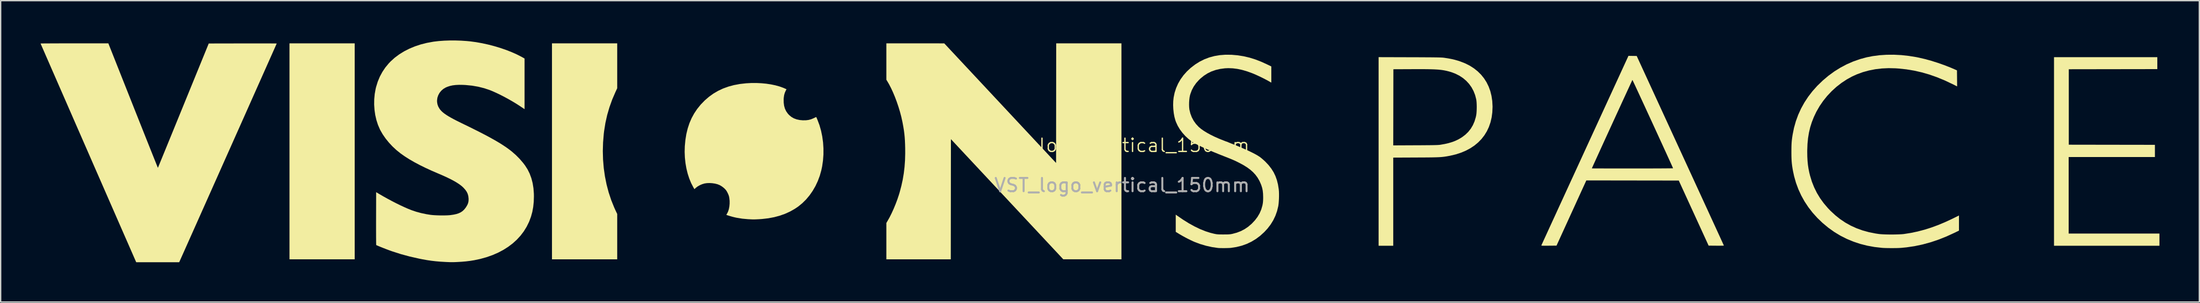
<source format=kicad_pcb>
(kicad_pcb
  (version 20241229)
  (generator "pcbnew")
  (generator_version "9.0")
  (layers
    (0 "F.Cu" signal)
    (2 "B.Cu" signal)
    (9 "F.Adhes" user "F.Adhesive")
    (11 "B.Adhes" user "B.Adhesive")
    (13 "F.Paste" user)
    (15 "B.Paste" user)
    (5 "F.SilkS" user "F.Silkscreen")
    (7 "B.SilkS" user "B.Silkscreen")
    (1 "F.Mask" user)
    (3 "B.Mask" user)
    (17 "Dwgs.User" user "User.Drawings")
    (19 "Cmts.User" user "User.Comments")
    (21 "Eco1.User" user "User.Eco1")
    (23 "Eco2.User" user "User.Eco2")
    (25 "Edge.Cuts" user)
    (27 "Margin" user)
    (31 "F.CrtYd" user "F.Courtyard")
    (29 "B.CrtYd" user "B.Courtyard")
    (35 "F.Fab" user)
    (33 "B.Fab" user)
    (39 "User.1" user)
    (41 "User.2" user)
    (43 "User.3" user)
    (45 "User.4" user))
  (footprint "VST_logo_vertical_150mm"
    (layer "F.Cu")
    (at 81.314 8.403)
    (property "Reference" "VST_logo_vertical_150mm" (at 0 -0.5 0) (unlocked yes) (layer "F.SilkS") (effects (font (size 1 1) (thickness 0.1))))
    (attr smd)
    (fp_poly (pts (xy -57.696 -0.05) (xy -57.696 8.086) (xy -60.147 8.086) (xy -62.599 8.086) (xy -62.599 -0.05) (xy -62.599 -8.186) (xy -60.147 -8.186) (xy -57.696 -8.186)) (stroke (width 0) (type solid)) (fill yes) (layer "F.SilkS"))
    (fp_poly (pts (xy 77.831 -6.695) (xy 77.831 -6.245) (xy 74.504 -6.24) (xy 71.176 -6.235) (xy 71.176 -3.393) (xy 71.176 -0.55) (xy 74.413 -0.545) (xy 77.651 -0.54) (xy 77.651 -0.08) (xy 77.651 0.38) (xy 74.408 0.38) (xy 71.166 0.38) (xy 71.166 3.263) (xy 71.166 6.145) (xy 74.579 6.145) (xy 77.991 6.145) (xy 77.991 6.605) (xy 77.991 7.066) (xy 74.028 7.066) (xy 70.065 7.066) (xy 70.065 -0.04) (xy 70.065 -7.146) (xy 73.948 -7.146) (xy 77.831 -7.146)) (stroke (width 0) (type solid)) (fill yes) (layer "F.SilkS"))
    (fp_poly (pts (xy -37.96 -6.495) (xy -37.96 -4.803) (xy -38.088 -4.528) (xy -38.334 -3.957) (xy -38.541 -3.379) (xy -38.712 -2.793) (xy -38.846 -2.193) (xy -38.944 -1.578) (xy -38.969 -1.371) (xy -39.023 -0.717) (xy -39.042 -0.067) (xy -39.024 0.577) (xy -38.971 1.213) (xy -38.882 1.838) (xy -38.759 2.451) (xy -38.601 3.049) (xy -38.408 3.63) (xy -38.182 4.192) (xy -38.081 4.414) (xy -37.96 4.669) (xy -37.96 6.378) (xy -37.96 8.086) (xy -40.412 8.086) (xy -42.864 8.086) (xy -42.864 -0.05) (xy -42.864 -8.186) (xy -40.412 -8.186) (xy -37.96 -8.186)) (stroke (width 0) (type solid)) (fill yes) (layer "F.SilkS"))
    (fp_poly (pts (xy -0.05 -0.05) (xy -0.05 8.086) (xy -2.237 8.085) (xy -4.424 8.084) (xy -8.647 3.558) (xy -12.87 -0.968) (xy -12.875 3.559) (xy -12.88 8.086) (xy -15.302 8.086) (xy -17.724 8.086) (xy -17.724 6.717) (xy -17.724 5.348) (xy -17.633 5.193) (xy -17.477 4.914) (xy -17.322 4.603) (xy -17.171 4.27) (xy -17.028 3.924) (xy -16.897 3.574) (xy -16.782 3.229) (xy -16.725 3.041) (xy -16.597 2.558) (xy -16.493 2.084) (xy -16.414 1.609) (xy -16.357 1.128) (xy -16.321 0.631) (xy -16.307 0.112) (xy -16.309 -0.28) (xy -16.317 -0.59) (xy -16.329 -0.87) (xy -16.347 -1.13) (xy -16.372 -1.379) (xy -16.404 -1.629) (xy -16.446 -1.889) (xy -16.497 -2.168) (xy -16.525 -2.31) (xy -16.605 -2.669) (xy -16.703 -3.038) (xy -16.816 -3.41) (xy -16.941 -3.78) (xy -17.076 -4.14) (xy -17.22 -4.485) (xy -17.368 -4.807) (xy -17.52 -5.101) (xy -17.641 -5.309) (xy -17.724 -5.445) (xy -17.724 -6.816) (xy -17.724 -8.186) (xy -15.547 -8.186) (xy -13.371 -8.185) (xy -9.167 -3.679) (xy -4.964 0.826) (xy -4.959 -3.68) (xy -4.954 -8.186) (xy -2.502 -8.186) (xy -0.05 -8.186)) (stroke (width 0) (type solid)) (fill yes) (layer "F.SilkS"))
    (fp_poly (pts (xy 21.632 -7.14) (xy 21.994 -7.139) (xy 22.319 -7.138) (xy 22.608 -7.136) (xy 22.865 -7.135) (xy 23.09 -7.134) (xy 23.287 -7.132) (xy 23.458 -7.13) (xy 23.606 -7.128) (xy 23.732 -7.126) (xy 23.839 -7.123) (xy 23.929 -7.121) (xy 24.005 -7.117) (xy 24.068 -7.114) (xy 24.122 -7.11) (xy 24.169 -7.105) (xy 24.21 -7.1) (xy 24.219 -7.099) (xy 24.51 -7.054) (xy 24.771 -7.004) (xy 25.014 -6.947) (xy 25.247 -6.881) (xy 25.421 -6.824) (xy 25.794 -6.678) (xy 26.138 -6.504) (xy 26.452 -6.303) (xy 26.736 -6.077) (xy 26.989 -5.826) (xy 27.211 -5.551) (xy 27.401 -5.252) (xy 27.558 -4.931) (xy 27.683 -4.589) (xy 27.773 -4.225) (xy 27.83 -3.842) (xy 27.852 -3.439) (xy 27.852 -3.393) (xy 27.834 -2.986) (xy 27.782 -2.598) (xy 27.696 -2.231) (xy 27.576 -1.885) (xy 27.423 -1.56) (xy 27.238 -1.258) (xy 27.021 -0.978) (xy 26.773 -0.723) (xy 26.495 -0.491) (xy 26.186 -0.284) (xy 25.849 -0.103) (xy 25.482 0.052) (xy 25.088 0.18) (xy 24.666 0.28) (xy 24.568 0.298) (xy 24.467 0.317) (xy 24.373 0.333) (xy 24.284 0.347) (xy 24.197 0.359) (xy 24.109 0.369) (xy 24.015 0.378) (xy 23.914 0.386) (xy 23.802 0.392) (xy 23.676 0.397) (xy 23.533 0.401) (xy 23.368 0.405) (xy 23.18 0.408) (xy 22.965 0.41) (xy 22.72 0.412) (xy 22.442 0.413) (xy 22.127 0.415) (xy 22.092 0.415) (xy 20.386 0.423) (xy 20.386 3.745) (xy 20.386 7.066) (xy 19.835 7.066) (xy 19.285 7.066) (xy 19.285 -0.041) (xy 19.285 -0.498) (xy 20.386 -0.498) (xy 22.052 -0.506) (xy 22.36 -0.507) (xy 22.63 -0.509) (xy 22.866 -0.511) (xy 23.071 -0.512) (xy 23.246 -0.515) (xy 23.395 -0.517) (xy 23.521 -0.52) (xy 23.625 -0.523) (xy 23.712 -0.526) (xy 23.784 -0.531) (xy 23.844 -0.535) (xy 23.894 -0.541) (xy 23.929 -0.545) (xy 24.257 -0.603) (xy 24.552 -0.671) (xy 24.82 -0.751) (xy 25.066 -0.846) (xy 25.297 -0.958) (xy 25.517 -1.088) (xy 25.558 -1.115) (xy 25.809 -1.305) (xy 26.029 -1.52) (xy 26.218 -1.76) (xy 26.374 -2.024) (xy 26.499 -2.312) (xy 26.592 -2.624) (xy 26.624 -2.772) (xy 26.641 -2.895) (xy 26.653 -3.047) (xy 26.66 -3.216) (xy 26.663 -3.393) (xy 26.66 -3.568) (xy 26.652 -3.732) (xy 26.639 -3.874) (xy 26.624 -3.971) (xy 26.541 -4.291) (xy 26.423 -4.592) (xy 26.273 -4.871) (xy 26.091 -5.127) (xy 25.879 -5.358) (xy 25.638 -5.564) (xy 25.369 -5.743) (xy 25.074 -5.894) (xy 24.754 -6.016) (xy 24.639 -6.05) (xy 24.519 -6.083) (xy 24.402 -6.112) (xy 24.286 -6.137) (xy 24.169 -6.159) (xy 24.046 -6.178) (xy 23.914 -6.194) (xy 23.771 -6.208) (xy 23.614 -6.218) (xy 23.438 -6.227) (xy 23.242 -6.233) (xy 23.022 -6.238) (xy 22.775 -6.241) (xy 22.498 -6.242) (xy 22.187 -6.242) (xy 21.84 -6.241) (xy 21.777 -6.241) (xy 20.396 -6.235) (xy 20.391 -3.366) (xy 20.386 -0.498) (xy 19.285 -0.498) (xy 19.285 -7.147)) (stroke (width 0) (type solid)) (fill yes) (layer "F.SilkS"))
    (fp_poly (pts (xy -27.118 -5.181) (xy -26.752 -5.146) (xy -26.401 -5.093) (xy -26.069 -5.024) (xy -25.762 -4.939) (xy -25.485 -4.84) (xy -25.376 -4.793) (xy -25.231 -4.727) (xy -25.279 -4.64) (xy -25.358 -4.468) (xy -25.411 -4.281) (xy -25.44 -4.072) (xy -25.445 -3.983) (xy -25.442 -3.72) (xy -25.411 -3.482) (xy -25.351 -3.269) (xy -25.26 -3.075) (xy -25.138 -2.899) (xy -25.032 -2.782) (xy -24.866 -2.644) (xy -24.68 -2.536) (xy -24.47 -2.458) (xy -24.235 -2.408) (xy -24.009 -2.388) (xy -23.779 -2.389) (xy -23.573 -2.415) (xy -23.38 -2.466) (xy -23.19 -2.546) (xy -23.181 -2.55) (xy -23.105 -2.588) (xy -23.044 -2.617) (xy -23.005 -2.633) (xy -22.996 -2.636) (xy -22.987 -2.617) (xy -22.966 -2.569) (xy -22.936 -2.499) (xy -22.903 -2.422) (xy -22.754 -2.025) (xy -22.634 -1.606) (xy -22.544 -1.169) (xy -22.483 -0.721) (xy -22.454 -0.265) (xy -22.455 0.191) (xy -22.488 0.643) (xy -22.552 1.086) (xy -22.612 1.371) (xy -22.729 1.79) (xy -22.879 2.191) (xy -23.058 2.573) (xy -23.266 2.932) (xy -23.5 3.268) (xy -23.76 3.578) (xy -24.043 3.858) (xy -24.349 4.108) (xy -24.61 4.285) (xy -24.97 4.488) (xy -25.347 4.66) (xy -25.744 4.801) (xy -26.161 4.912) (xy -26.602 4.995) (xy -27.069 5.049) (xy -27.287 5.064) (xy -27.424 5.071) (xy -27.535 5.076) (xy -27.629 5.079) (xy -27.716 5.08) (xy -27.807 5.078) (xy -27.912 5.074) (xy -28.041 5.067) (xy -28.128 5.063) (xy -28.558 5.024) (xy -28.979 4.955) (xy -29.093 4.931) (xy -29.18 4.91) (xy -29.28 4.885) (xy -29.386 4.855) (xy -29.49 4.825) (xy -29.586 4.796) (xy -29.666 4.77) (xy -29.724 4.75) (xy -29.752 4.736) (xy -29.754 4.734) (xy -29.744 4.714) (xy -29.719 4.671) (xy -29.694 4.63) (xy -29.621 4.48) (xy -29.565 4.303) (xy -29.527 4.105) (xy -29.508 3.895) (xy -29.508 3.681) (xy -29.53 3.473) (xy -29.552 3.355) (xy -29.585 3.248) (xy -29.637 3.127) (xy -29.699 3.005) (xy -29.765 2.898) (xy -29.783 2.872) (xy -29.871 2.774) (xy -29.985 2.672) (xy -30.114 2.578) (xy -30.246 2.501) (xy -30.264 2.492) (xy -30.423 2.429) (xy -30.609 2.382) (xy -30.81 2.352) (xy -31.015 2.339) (xy -31.212 2.346) (xy -31.392 2.372) (xy -31.395 2.373) (xy -31.576 2.427) (xy -31.755 2.504) (xy -31.918 2.599) (xy -32.056 2.706) (xy -32.086 2.734) (xy -32.154 2.802) (xy -32.238 2.658) (xy -32.402 2.342) (xy -32.544 1.997) (xy -32.663 1.627) (xy -32.758 1.237) (xy -32.828 0.832) (xy -32.872 0.417) (xy -32.889 -0.004) (xy -32.878 -0.427) (xy -32.878 -0.429) (xy -32.834 -0.903) (xy -32.762 -1.351) (xy -32.66 -1.773) (xy -32.529 -2.172) (xy -32.367 -2.548) (xy -32.174 -2.903) (xy -31.95 -3.239) (xy -31.694 -3.557) (xy -31.671 -3.583) (xy -31.374 -3.889) (xy -31.06 -4.161) (xy -30.727 -4.401) (xy -30.373 -4.608) (xy -29.998 -4.784) (xy -29.601 -4.928) (xy -29.181 -5.041) (xy -28.736 -5.124) (xy -28.265 -5.177) (xy -27.872 -5.198) (xy -27.493 -5.199)) (stroke (width 0) (type solid)) (fill yes) (layer "F.SilkS"))
    (fp_poly (pts (xy 58.577 -7.302) (xy 59.14 -7.241) (xy 59.704 -7.15) (xy 59.882 -7.114) (xy 60.352 -7.005) (xy 60.84 -6.871) (xy 61.336 -6.714) (xy 61.831 -6.539) (xy 62.313 -6.349) (xy 62.572 -6.237) (xy 62.769 -6.15) (xy 62.775 -5.546) (xy 62.78 -4.943) (xy 62.424 -5.121) (xy 61.84 -5.397) (xy 61.263 -5.635) (xy 60.691 -5.836) (xy 60.119 -6.001) (xy 59.546 -6.131) (xy 58.967 -6.227) (xy 58.38 -6.29) (xy 58.146 -6.306) (xy 57.629 -6.318) (xy 57.124 -6.295) (xy 56.632 -6.237) (xy 56.156 -6.144) (xy 55.696 -6.018) (xy 55.256 -5.858) (xy 54.89 -5.692) (xy 54.476 -5.464) (xy 54.079 -5.2) (xy 53.701 -4.905) (xy 53.346 -4.581) (xy 53.016 -4.23) (xy 52.715 -3.856) (xy 52.444 -3.462) (xy 52.207 -3.05) (xy 52.185 -3.008) (xy 52.005 -2.627) (xy 51.855 -2.245) (xy 51.733 -1.858) (xy 51.64 -1.459) (xy 51.572 -1.045) (xy 51.53 -0.609) (xy 51.512 -0.147) (xy 51.511 -0.01) (xy 51.516 0.339) (xy 51.533 0.659) (xy 51.562 0.959) (xy 51.605 1.248) (xy 51.662 1.535) (xy 51.72 1.773) (xy 51.859 2.231) (xy 52.032 2.668) (xy 52.239 3.087) (xy 52.481 3.487) (xy 52.759 3.87) (xy 53.073 4.238) (xy 53.261 4.434) (xy 53.618 4.765) (xy 53.99 5.062) (xy 54.38 5.324) (xy 54.789 5.552) (xy 55.219 5.747) (xy 55.67 5.91) (xy 56.144 6.041) (xy 56.642 6.141) (xy 56.895 6.179) (xy 57.025 6.192) (xy 57.187 6.203) (xy 57.373 6.211) (xy 57.577 6.216) (xy 57.79 6.218) (xy 58.006 6.217) (xy 58.215 6.213) (xy 58.411 6.207) (xy 58.587 6.198) (xy 58.733 6.186) (xy 58.796 6.178) (xy 59.309 6.097) (xy 59.816 5.99) (xy 60.321 5.857) (xy 60.828 5.697) (xy 61.343 5.508) (xy 61.87 5.288) (xy 62.412 5.036) (xy 62.604 4.941) (xy 62.919 4.784) (xy 62.919 5.354) (xy 62.919 5.924) (xy 62.574 6.092) (xy 61.97 6.369) (xy 61.37 6.607) (xy 60.773 6.807) (xy 60.176 6.97) (xy 59.578 7.096) (xy 58.976 7.185) (xy 58.568 7.225) (xy 58.448 7.232) (xy 58.298 7.238) (xy 58.125 7.241) (xy 57.939 7.242) (xy 57.749 7.242) (xy 57.563 7.24) (xy 57.392 7.236) (xy 57.242 7.23) (xy 57.135 7.223) (xy 56.569 7.159) (xy 56.021 7.059) (xy 55.49 6.924) (xy 54.977 6.753) (xy 54.482 6.547) (xy 54.007 6.306) (xy 53.55 6.03) (xy 53.114 5.719) (xy 53.078 5.691) (xy 52.657 5.34) (xy 52.27 4.967) (xy 51.916 4.574) (xy 51.596 4.16) (xy 51.31 3.728) (xy 51.06 3.277) (xy 50.845 2.809) (xy 50.666 2.324) (xy 50.524 1.823) (xy 50.44 1.431) (xy 50.404 1.228) (xy 50.376 1.043) (xy 50.355 0.865) (xy 50.339 0.687) (xy 50.329 0.498) (xy 50.323 0.29) (xy 50.321 0.053) (xy 50.321 0.000078) (xy 50.322 -0.224) (xy 50.325 -0.417) (xy 50.331 -0.588) (xy 50.341 -0.745) (xy 50.355 -0.897) (xy 50.374 -1.052) (xy 50.399 -1.22) (xy 50.412 -1.301) (xy 50.515 -1.817) (xy 50.656 -2.318) (xy 50.833 -2.804) (xy 51.047 -3.274) (xy 51.297 -3.727) (xy 51.583 -4.163) (xy 51.904 -4.581) (xy 52.261 -4.98) (xy 52.28 -4.999) (xy 52.684 -5.39) (xy 53.107 -5.747) (xy 53.547 -6.069) (xy 54.005 -6.355) (xy 54.478 -6.606) (xy 54.966 -6.819) (xy 55.468 -6.996) (xy 55.983 -7.136) (xy 56.424 -7.223) (xy 56.938 -7.291) (xy 57.471 -7.326) (xy 58.019 -7.33)) (stroke (width 0) (type solid)) (fill yes) (layer "F.SilkS"))
    (fp_poly (pts (xy -74.359 -3.493) (xy -74.195 -3.078) (xy -74.034 -2.673) (xy -73.878 -2.279) (xy -73.726 -1.898) (xy -73.581 -1.532) (xy -73.442 -1.182) (xy -73.31 -0.849) (xy -73.185 -0.536) (xy -73.069 -0.244) (xy -72.961 0.026) (xy -72.863 0.272) (xy -72.775 0.492) (xy -72.698 0.685) (xy -72.632 0.85) (xy -72.578 0.984) (xy -72.537 1.086) (xy -72.509 1.155) (xy -72.494 1.189) (xy -72.492 1.193) (xy -72.484 1.174) (xy -72.462 1.12) (xy -72.426 1.031) (xy -72.376 0.911) (xy -72.314 0.759) (xy -72.24 0.578) (xy -72.155 0.37) (xy -72.059 0.135) (xy -71.953 -0.124) (xy -71.838 -0.406) (xy -71.714 -0.71) (xy -71.582 -1.033) (xy -71.442 -1.375) (xy -71.296 -1.734) (xy -71.144 -2.107) (xy -70.986 -2.494) (xy -70.823 -2.894) (xy -70.656 -3.303) (xy -70.578 -3.495) (xy -68.67 -8.176) (xy -66.115 -8.181) (xy -65.799 -8.182) (xy -65.494 -8.182) (xy -65.203 -8.182) (xy -64.927 -8.182) (xy -64.67 -8.182) (xy -64.434 -8.182) (xy -64.221 -8.181) (xy -64.033 -8.18) (xy -63.873 -8.179) (xy -63.744 -8.178) (xy -63.647 -8.177) (xy -63.585 -8.175) (xy -63.561 -8.174) (xy -63.56 -8.173) (xy -63.568 -8.155) (xy -63.592 -8.101) (xy -63.631 -8.013) (xy -63.684 -7.893) (xy -63.751 -7.742) (xy -63.831 -7.562) (xy -63.923 -7.353) (xy -64.028 -7.118) (xy -64.143 -6.858) (xy -64.27 -6.573) (xy -64.406 -6.267) (xy -64.552 -5.939) (xy -64.706 -5.591) (xy -64.869 -5.225) (xy -65.039 -4.843) (xy -65.216 -4.445) (xy -65.399 -4.033) (xy -65.588 -3.608) (xy -65.781 -3.173) (xy -65.979 -2.727) (xy -66.181 -2.273) (xy -66.386 -1.812) (xy -66.594 -1.346) (xy -66.803 -0.876) (xy -67.013 -0.402) (xy -67.225 0.072) (xy -67.436 0.546) (xy -67.646 1.019) (xy -67.855 1.489) (xy -68.062 1.955) (xy -68.267 2.414) (xy -68.468 2.867) (xy -68.666 3.311) (xy -68.859 3.745) (xy -69.047 4.168) (xy -69.23 4.578) (xy -69.406 4.973) (xy -69.575 5.354) (xy -69.737 5.717) (xy -69.89 6.061) (xy -70.035 6.386) (xy -70.17 6.689) (xy -70.295 6.97) (xy -70.409 7.226) (xy -70.512 7.458) (xy -70.603 7.662) (xy -70.682 7.838) (xy -70.747 7.984) (xy -70.798 8.099) (xy -70.835 8.181) (xy -70.857 8.23) (xy -70.863 8.242) (xy -70.893 8.307) (xy -72.508 8.307) (xy -74.122 8.307) (xy -74.143 8.262) (xy -74.156 8.231) (xy -74.184 8.167) (xy -74.228 8.068) (xy -74.285 7.938) (xy -74.355 7.777) (xy -74.438 7.587) (xy -74.533 7.369) (xy -74.64 7.125) (xy -74.757 6.856) (xy -74.885 6.564) (xy -75.023 6.249) (xy -75.169 5.914) (xy -75.324 5.56) (xy -75.486 5.188) (xy -75.656 4.799) (xy -75.832 4.395) (xy -76.014 3.978) (xy -76.202 3.549) (xy -76.394 3.109) (xy -76.59 2.659) (xy -76.789 2.202) (xy -76.992 1.738) (xy -77.197 1.269) (xy -77.403 0.797) (xy -77.61 0.322) (xy -77.817 -0.154) (xy -78.025 -0.629) (xy -78.231 -1.102) (xy -78.436 -1.572) (xy -78.639 -2.036) (xy -78.839 -2.495) (xy -79.035 -2.946) (xy -79.228 -3.387) (xy -79.416 -3.819) (xy -79.599 -4.238) (xy -79.776 -4.644) (xy -79.947 -5.035) (xy -80.11 -5.41) (xy -80.266 -5.768) (xy -80.414 -6.106) (xy -80.552 -6.424) (xy -80.681 -6.72) (xy -80.8 -6.993) (xy -80.909 -7.242) (xy -81.005 -7.464) (xy -81.09 -7.659) (xy -81.162 -7.824) (xy -81.221 -7.96) (xy -81.266 -8.064) (xy -81.297 -8.134) (xy -81.312 -8.17) (xy -81.314 -8.175) (xy -81.295 -8.176) (xy -81.237 -8.177) (xy -81.145 -8.179) (xy -81.019 -8.18) (xy -80.863 -8.181) (xy -80.679 -8.182) (xy -80.469 -8.183) (xy -80.236 -8.184) (xy -79.981 -8.185) (xy -79.708 -8.186) (xy -79.419 -8.186) (xy -79.116 -8.186) (xy -78.801 -8.186) (xy -78.766 -8.186) (xy -76.218 -8.186)) (stroke (width 0) (type solid)) (fill yes) (layer "F.SilkS"))
    (fp_poly (pts (xy 38.38 -7.24) (xy 38.69 -7.236) (xy 41.966 -0.1) (xy 42.199 0.408) (xy 42.428 0.906) (xy 42.652 1.394) (xy 42.871 1.87) (xy 43.083 2.333) (xy 43.289 2.782) (xy 43.488 3.215) (xy 43.679 3.632) (xy 43.862 4.031) (xy 44.037 4.411) (xy 44.201 4.771) (xy 44.356 5.109) (xy 44.501 5.424) (xy 44.634 5.715) (xy 44.756 5.981) (xy 44.866 6.221) (xy 44.963 6.432) (xy 45.046 6.615) (xy 45.116 6.768) (xy 45.171 6.889) (xy 45.211 6.977) (xy 45.236 7.032) (xy 45.244 7.051) (xy 45.244 7.051) (xy 45.225 7.055) (xy 45.171 7.058) (xy 45.088 7.06) (xy 44.979 7.061) (xy 44.849 7.062) (xy 44.705 7.061) (xy 44.671 7.061) (xy 44.097 7.056) (xy 42.975 4.604) (xy 41.853 2.152) (xy 38.378 2.147) (xy 34.903 2.142) (xy 34.48 3.067) (xy 34.402 3.239) (xy 34.31 3.441) (xy 34.205 3.67) (xy 34.092 3.919) (xy 33.972 4.183) (xy 33.847 4.457) (xy 33.719 4.736) (xy 33.593 5.014) (xy 33.469 5.286) (xy 33.36 5.524) (xy 32.662 7.056) (xy 32.086 7.061) (xy 31.919 7.062) (xy 31.788 7.063) (xy 31.689 7.063) (xy 31.617 7.061) (xy 31.569 7.058) (xy 31.539 7.054) (xy 31.525 7.047) (xy 31.522 7.039) (xy 31.524 7.031) (xy 31.533 7.01) (xy 31.558 6.955) (xy 31.599 6.865) (xy 31.655 6.743) (xy 31.725 6.589) (xy 31.81 6.405) (xy 31.907 6.193) (xy 32.017 5.952) (xy 32.139 5.685) (xy 32.273 5.393) (xy 32.418 5.077) (xy 32.574 4.738) (xy 32.739 4.377) (xy 32.913 3.996) (xy 33.097 3.597) (xy 33.288 3.179) (xy 33.487 2.745) (xy 33.693 2.295) (xy 33.906 1.832) (xy 34.124 1.356) (xy 34.18 1.235) (xy 35.318 1.235) (xy 35.337 1.235) (xy 35.395 1.236) (xy 35.488 1.237) (xy 35.615 1.237) (xy 35.773 1.238) (xy 35.96 1.239) (xy 36.174 1.239) (xy 36.414 1.24) (xy 36.675 1.24) (xy 36.958 1.24) (xy 37.258 1.241) (xy 37.575 1.241) (xy 37.906 1.241) (xy 38.248 1.241) (xy 38.37 1.241) (xy 38.716 1.241) (xy 39.051 1.241) (xy 39.373 1.24) (xy 39.68 1.24) (xy 39.969 1.239) (xy 40.238 1.238) (xy 40.485 1.237) (xy 40.708 1.235) (xy 40.905 1.234) (xy 41.074 1.232) (xy 41.212 1.231) (xy 41.317 1.229) (xy 41.387 1.228) (xy 41.42 1.226) (xy 41.422 1.225) (xy 41.414 1.204) (xy 41.39 1.149) (xy 41.352 1.063) (xy 41.3 0.946) (xy 41.235 0.803) (xy 41.158 0.634) (xy 41.071 0.442) (xy 40.974 0.229) (xy 40.869 -0.003) (xy 40.755 -0.25) (xy 40.636 -0.513) (xy 40.51 -0.787) (xy 40.38 -1.071) (xy 40.247 -1.362) (xy 40.111 -1.659) (xy 39.973 -1.96) (xy 39.835 -2.261) (xy 39.697 -2.561) (xy 39.56 -2.858) (xy 39.426 -3.149) (xy 39.296 -3.433) (xy 39.17 -3.706) (xy 39.049 -3.968) (xy 38.935 -4.215) (xy 38.829 -4.445) (xy 38.731 -4.657) (xy 38.642 -4.848) (xy 38.565 -5.016) (xy 38.498 -5.158) (xy 38.444 -5.273) (xy 38.404 -5.358) (xy 38.378 -5.412) (xy 38.368 -5.431) (xy 38.368 -5.431) (xy 38.359 -5.413) (xy 38.334 -5.361) (xy 38.294 -5.276) (xy 38.241 -5.162) (xy 38.176 -5.02) (xy 38.099 -4.853) (xy 38.011 -4.663) (xy 37.914 -4.451) (xy 37.808 -4.221) (xy 37.694 -3.974) (xy 37.574 -3.713) (xy 37.449 -3.439) (xy 37.319 -3.155) (xy 37.185 -2.864) (xy 37.049 -2.567) (xy 36.912 -2.267) (xy 36.774 -1.965) (xy 36.636 -1.664) (xy 36.5 -1.367) (xy 36.366 -1.074) (xy 36.236 -0.79) (xy 36.111 -0.515) (xy 35.991 -0.252) (xy 35.878 -0.003) (xy 35.772 0.229) (xy 35.675 0.443) (xy 35.587 0.636) (xy 35.51 0.806) (xy 35.444 0.951) (xy 35.391 1.068) (xy 35.352 1.156) (xy 35.327 1.212) (xy 35.318 1.235) (xy 35.318 1.235) (xy 34.18 1.235) (xy 34.348 0.868) (xy 34.577 0.369) (xy 34.803 -0.125) (xy 38.07 -7.245)) (stroke (width 0) (type solid)) (fill yes) (layer "F.SilkS"))
    (fp_poly (pts (xy 8.2 -7.326) (xy 8.259 -7.323) (xy 8.707 -7.283) (xy 9.146 -7.212) (xy 9.58 -7.11) (xy 10.016 -6.974) (xy 10.456 -6.803) (xy 10.873 -6.613) (xy 11.219 -6.446) (xy 11.219 -5.836) (xy 11.219 -5.226) (xy 11.044 -5.327) (xy 10.887 -5.414) (xy 10.703 -5.511) (xy 10.504 -5.611) (xy 10.299 -5.709) (xy 10.099 -5.802) (xy 9.915 -5.882) (xy 9.797 -5.931) (xy 9.403 -6.074) (xy 9.027 -6.184) (xy 8.668 -6.261) (xy 8.322 -6.305) (xy 7.986 -6.318) (xy 7.726 -6.306) (xy 7.367 -6.258) (xy 7.033 -6.18) (xy 6.72 -6.07) (xy 6.428 -5.927) (xy 6.153 -5.75) (xy 5.894 -5.539) (xy 5.784 -5.434) (xy 5.566 -5.191) (xy 5.384 -4.931) (xy 5.239 -4.656) (xy 5.131 -4.363) (xy 5.101 -4.256) (xy 5.072 -4.107) (xy 5.051 -3.932) (xy 5.038 -3.743) (xy 5.035 -3.552) (xy 5.041 -3.372) (xy 5.057 -3.217) (xy 5.061 -3.192) (xy 5.132 -2.899) (xy 5.239 -2.618) (xy 5.38 -2.354) (xy 5.554 -2.111) (xy 5.757 -1.892) (xy 5.766 -1.884) (xy 5.937 -1.74) (xy 6.144 -1.593) (xy 6.385 -1.445) (xy 6.655 -1.297) (xy 6.953 -1.151) (xy 7.273 -1.009) (xy 7.506 -0.915) (xy 7.656 -0.856) (xy 7.826 -0.789) (xy 8.001 -0.72) (xy 8.164 -0.656) (xy 8.256 -0.62) (xy 8.591 -0.487) (xy 8.908 -0.354) (xy 9.205 -0.225) (xy 9.48 -0.1) (xy 9.728 0.019) (xy 9.948 0.131) (xy 10.137 0.235) (xy 10.291 0.33) (xy 10.358 0.375) (xy 10.442 0.44) (xy 10.543 0.524) (xy 10.65 0.618) (xy 10.751 0.712) (xy 10.781 0.741) (xy 11.019 0.995) (xy 11.221 1.256) (xy 11.391 1.526) (xy 11.528 1.811) (xy 11.637 2.116) (xy 11.719 2.444) (xy 11.776 2.8) (xy 11.78 2.84) (xy 11.792 2.983) (xy 11.797 3.153) (xy 11.797 3.339) (xy 11.792 3.532) (xy 11.781 3.719) (xy 11.767 3.892) (xy 11.748 4.038) (xy 11.741 4.081) (xy 11.651 4.452) (xy 11.526 4.805) (xy 11.365 5.142) (xy 11.167 5.464) (xy 10.933 5.77) (xy 10.686 6.037) (xy 10.383 6.313) (xy 10.063 6.553) (xy 9.726 6.757) (xy 9.37 6.926) (xy 8.995 7.06) (xy 8.6 7.159) (xy 8.185 7.224) (xy 8.166 7.226) (xy 8.088 7.232) (xy 7.981 7.236) (xy 7.853 7.24) (xy 7.715 7.242) (xy 7.575 7.242) (xy 7.443 7.241) (xy 7.329 7.239) (xy 7.242 7.234) (xy 7.216 7.232) (xy 6.762 7.166) (xy 6.304 7.064) (xy 5.849 6.928) (xy 5.487 6.793) (xy 5.322 6.722) (xy 5.135 6.633) (xy 4.934 6.533) (xy 4.73 6.427) (xy 4.534 6.319) (xy 4.356 6.215) (xy 4.318 6.192) (xy 4.033 6.017) (xy 4.033 5.368) (xy 4.033 4.72) (xy 4.138 4.796) (xy 4.583 5.102) (xy 5.017 5.372) (xy 5.441 5.607) (xy 5.852 5.805) (xy 6.251 5.967) (xy 6.637 6.091) (xy 6.911 6.159) (xy 6.997 6.177) (xy 7.072 6.191) (xy 7.143 6.2) (xy 7.218 6.207) (xy 7.306 6.211) (xy 7.415 6.213) (xy 7.552 6.214) (xy 7.626 6.214) (xy 7.782 6.213) (xy 7.906 6.212) (xy 8.005 6.208) (xy 8.086 6.202) (xy 8.157 6.194) (xy 8.226 6.182) (xy 8.288 6.17) (xy 8.622 6.08) (xy 8.929 5.962) (xy 9.215 5.812) (xy 9.482 5.63) (xy 9.736 5.413) (xy 9.753 5.396) (xy 9.986 5.148) (xy 10.181 4.89) (xy 10.34 4.619) (xy 10.462 4.334) (xy 10.549 4.033) (xy 10.571 3.922) (xy 10.589 3.802) (xy 10.6 3.662) (xy 10.605 3.494) (xy 10.605 3.393) (xy 10.597 3.138) (xy 10.573 2.91) (xy 10.528 2.697) (xy 10.462 2.489) (xy 10.371 2.274) (xy 10.313 2.154) (xy 10.182 1.928) (xy 10.027 1.718) (xy 9.845 1.52) (xy 9.635 1.333) (xy 9.392 1.155) (xy 9.114 0.982) (xy 8.811 0.819) (xy 8.698 0.762) (xy 8.597 0.712) (xy 8.503 0.667) (xy 8.41 0.624) (xy 8.311 0.581) (xy 8.202 0.535) (xy 8.077 0.484) (xy 7.929 0.425) (xy 7.754 0.356) (xy 7.615 0.301) (xy 7.235 0.15) (xy 6.88 0.005) (xy 6.552 -0.134) (xy 6.253 -0.266) (xy 5.983 -0.39) (xy 5.746 -0.506) (xy 5.541 -0.612) (xy 5.373 -0.708) (xy 5.264 -0.776) (xy 5.001 -0.975) (xy 4.757 -1.198) (xy 4.537 -1.444) (xy 4.343 -1.705) (xy 4.18 -1.978) (xy 4.052 -2.257) (xy 4.004 -2.391) (xy 3.934 -2.648) (xy 3.883 -2.932) (xy 3.85 -3.23) (xy 3.837 -3.532) (xy 3.845 -3.827) (xy 3.874 -4.104) (xy 3.948 -4.466) (xy 4.061 -4.817) (xy 4.21 -5.154) (xy 4.395 -5.476) (xy 4.616 -5.782) (xy 4.871 -6.07) (xy 5.16 -6.339) (xy 5.173 -6.349) (xy 5.497 -6.598) (xy 5.836 -6.811) (xy 6.189 -6.986) (xy 6.557 -7.126) (xy 6.941 -7.229) (xy 7.343 -7.297) (xy 7.762 -7.329)) (stroke (width 0) (type solid)) (fill yes) (layer "F.SilkS"))
    (fp_poly (pts (xy -49.689 -8.389) (xy -49.262 -8.36) (xy -49.009 -8.335) (xy -48.563 -8.275) (xy -48.108 -8.193) (xy -47.649 -8.092) (xy -47.193 -7.973) (xy -46.745 -7.838) (xy -46.312 -7.689) (xy -45.9 -7.527) (xy -45.514 -7.355) (xy -45.16 -7.175) (xy -45.106 -7.145) (xy -44.926 -7.043) (xy -44.926 -5.135) (xy -44.926 -3.227) (xy -45.191 -3.406) (xy -45.478 -3.594) (xy -45.784 -3.781) (xy -46.102 -3.965) (xy -46.425 -4.142) (xy -46.745 -4.307) (xy -47.055 -4.456) (xy -47.347 -4.586) (xy -47.531 -4.661) (xy -47.956 -4.805) (xy -48.404 -4.918) (xy -48.872 -4.999) (xy -49.358 -5.047) (xy -49.559 -5.057) (xy -49.851 -5.061) (xy -50.111 -5.048) (xy -50.343 -5.019) (xy -50.553 -4.972) (xy -50.744 -4.907) (xy -50.862 -4.855) (xy -51.04 -4.747) (xy -51.193 -4.612) (xy -51.319 -4.454) (xy -51.414 -4.279) (xy -51.478 -4.092) (xy -51.505 -3.896) (xy -51.503 -3.768) (xy -51.473 -3.587) (xy -51.412 -3.419) (xy -51.318 -3.257) (xy -51.249 -3.166) (xy -51.167 -3.077) (xy -51.068 -2.986) (xy -50.951 -2.893) (xy -50.812 -2.797) (xy -50.65 -2.694) (xy -50.461 -2.585) (xy -50.243 -2.466) (xy -49.995 -2.338) (xy -49.713 -2.198) (xy -49.538 -2.113) (xy -49.082 -1.891) (xy -48.662 -1.682) (xy -48.274 -1.486) (xy -47.918 -1.302) (xy -47.591 -1.127) (xy -47.292 -0.961) (xy -47.017 -0.804) (xy -46.766 -0.653) (xy -46.537 -0.507) (xy -46.326 -0.366) (xy -46.133 -0.228) (xy -45.954 -0.092) (xy -45.869 -0.023) (xy -45.568 0.242) (xy -45.284 0.53) (xy -45.027 0.831) (xy -44.891 1.011) (xy -44.699 1.311) (xy -44.54 1.634) (xy -44.413 1.978) (xy -44.318 2.345) (xy -44.256 2.735) (xy -44.225 3.149) (xy -44.222 3.341) (xy -44.235 3.756) (xy -44.275 4.145) (xy -44.343 4.515) (xy -44.441 4.871) (xy -44.569 5.217) (xy -44.589 5.266) (xy -44.768 5.631) (xy -44.98 5.976) (xy -45.226 6.301) (xy -45.503 6.603) (xy -45.811 6.884) (xy -46.15 7.141) (xy -46.517 7.375) (xy -46.912 7.584) (xy -47.334 7.768) (xy -47.782 7.926) (xy -48.255 8.058) (xy -48.708 8.154) (xy -49.015 8.204) (xy -49.334 8.243) (xy -49.674 8.272) (xy -49.912 8.286) (xy -50.064 8.294) (xy -50.192 8.299) (xy -50.304 8.302) (xy -50.411 8.302) (xy -50.522 8.301) (xy -50.647 8.296) (xy -50.796 8.29) (xy -50.91 8.284) (xy -51.266 8.263) (xy -51.599 8.234) (xy -51.922 8.197) (xy -52.247 8.149) (xy -52.588 8.088) (xy -52.852 8.036) (xy -53.558 7.876) (xy -54.235 7.692) (xy -54.886 7.483) (xy -55 7.442) (xy -55.114 7.401) (xy -55.241 7.353) (xy -55.376 7.302) (xy -55.512 7.248) (xy -55.646 7.195) (xy -55.771 7.145) (xy -55.882 7.099) (xy -55.973 7.06) (xy -56.039 7.031) (xy -56.075 7.012) (xy -56.079 7.009) (xy -56.081 6.988) (xy -56.083 6.928) (xy -56.085 6.835) (xy -56.086 6.709) (xy -56.087 6.554) (xy -56.089 6.373) (xy -56.089 6.168) (xy -56.09 5.942) (xy -56.09 5.698) (xy -56.09 5.438) (xy -56.09 5.166) (xy -56.089 5.01) (xy -56.084 3.027) (xy -55.824 3.182) (xy -55.515 3.361) (xy -55.197 3.538) (xy -54.876 3.71) (xy -54.558 3.873) (xy -54.249 4.024) (xy -53.954 4.161) (xy -53.68 4.281) (xy -53.433 4.38) (xy -53.419 4.385) (xy -53.073 4.502) (xy -52.701 4.603) (xy -52.314 4.685) (xy -52.011 4.734) (xy -51.869 4.75) (xy -51.697 4.763) (xy -51.506 4.772) (xy -51.304 4.778) (xy -51.101 4.78) (xy -50.906 4.778) (xy -50.727 4.773) (xy -50.575 4.763) (xy -50.51 4.757) (xy -50.268 4.722) (xy -50.06 4.677) (xy -49.882 4.62) (xy -49.728 4.548) (xy -49.595 4.459) (xy -49.476 4.349) (xy -49.368 4.217) (xy -49.309 4.13) (xy -49.223 3.981) (xy -49.167 3.842) (xy -49.138 3.701) (xy -49.132 3.546) (xy -49.134 3.506) (xy -49.154 3.323) (xy -49.199 3.159) (xy -49.271 3.005) (xy -49.374 2.854) (xy -49.511 2.7) (xy -49.519 2.691) (xy -49.649 2.571) (xy -49.805 2.45) (xy -49.99 2.326) (xy -50.204 2.198) (xy -50.45 2.066) (xy -50.73 1.928) (xy -51.044 1.784) (xy -51.396 1.631) (xy -51.421 1.621) (xy -51.927 1.402) (xy -52.395 1.186) (xy -52.827 0.972) (xy -53.224 0.76) (xy -53.588 0.549) (xy -53.921 0.338) (xy -54.223 0.125) (xy -54.243 0.111) (xy -54.557 -0.142) (xy -54.853 -0.417) (xy -55.127 -0.711) (xy -55.374 -1.017) (xy -55.591 -1.331) (xy -55.773 -1.648) (xy -55.802 -1.707) (xy -55.948 -2.046) (xy -56.064 -2.407) (xy -56.151 -2.785) (xy -56.207 -3.176) (xy -56.233 -3.574) (xy -56.228 -3.973) (xy -56.191 -4.369) (xy -56.122 -4.756) (xy -56.086 -4.904) (xy -55.963 -5.303) (xy -55.806 -5.68) (xy -55.615 -6.035) (xy -55.392 -6.368) (xy -55.135 -6.679) (xy -54.995 -6.825) (xy -54.688 -7.103) (xy -54.351 -7.355) (xy -53.985 -7.582) (xy -53.592 -7.783) (xy -53.174 -7.957) (xy -52.732 -8.104) (xy -52.269 -8.221) (xy -51.786 -8.31) (xy -51.751 -8.315) (xy -51.378 -8.359) (xy -50.976 -8.388) (xy -50.555 -8.403) (xy -50.123 -8.403)) (stroke (width 0) (type solid)) (fill yes) (layer "F.SilkS"))
    (fp_text user "${REFERENCE}" (at 0 2.5 0) (unlocked yes) (layer "F.Fab") (effects (font (size 1 1) (thickness 0.15)))))
  (gr_rect
    (start -3 -3)
    (end 162.305 19.71)
    (stroke (width 0.1) (type default))
    (fill no)
    (layer "Edge.Cuts")))
</source>
